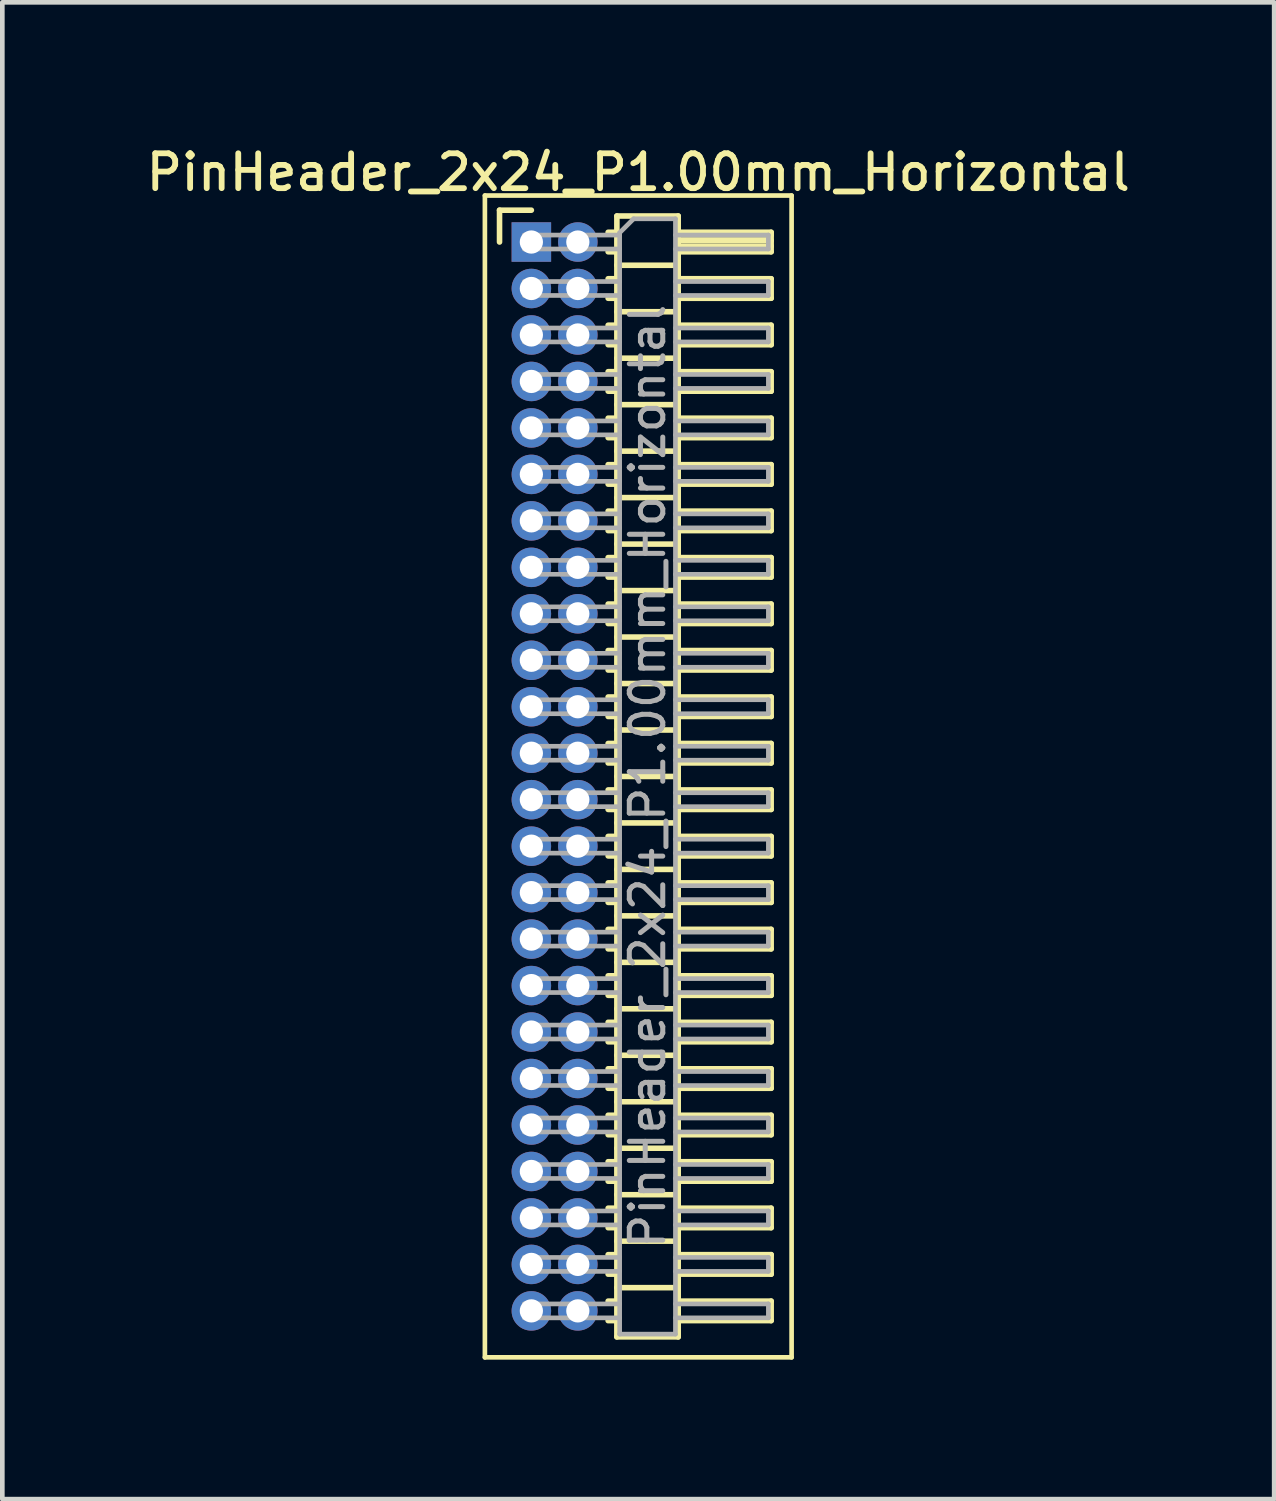
<source format=kicad_pcb>
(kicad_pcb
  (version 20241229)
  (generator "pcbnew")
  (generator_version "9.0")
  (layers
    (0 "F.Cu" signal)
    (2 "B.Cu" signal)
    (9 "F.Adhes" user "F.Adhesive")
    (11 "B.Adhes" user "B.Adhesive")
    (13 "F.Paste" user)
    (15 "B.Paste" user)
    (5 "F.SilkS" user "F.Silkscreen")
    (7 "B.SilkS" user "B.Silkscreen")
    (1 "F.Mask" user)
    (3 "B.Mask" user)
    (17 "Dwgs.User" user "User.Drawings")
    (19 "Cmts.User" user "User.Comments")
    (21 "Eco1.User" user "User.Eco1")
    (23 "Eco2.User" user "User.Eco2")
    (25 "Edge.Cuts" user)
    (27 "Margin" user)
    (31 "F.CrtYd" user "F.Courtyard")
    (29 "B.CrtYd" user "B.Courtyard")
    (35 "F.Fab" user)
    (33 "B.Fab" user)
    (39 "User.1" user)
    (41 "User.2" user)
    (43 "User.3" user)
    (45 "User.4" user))
  (footprint "PinHeader_2x24_P1.00mm_Horizontal"
    (layer "F.Cu")
    (at 8.384 2.158)
    (property "Reference" "PinHeader_2x24_P1.00mm_Horizontal" (at 2.3 -1.5 0) (layer "F.SilkS") (effects (font (size 0.75 0.75) (thickness 0.125))))
    (attr through_hole)
    (fp_line (start -1 -1) (end -1 24) (stroke (width 0.1) (type solid)) (layer "F.SilkS"))
    (fp_line (start -1 24) (end 5.6 24) (stroke (width 0.1) (type solid)) (layer "F.SilkS"))
    (fp_line (start -0.685 -0.685) (end 0 -0.685) (stroke (width 0.12) (type solid)) (layer "F.SilkS"))
    (fp_line (start -0.685 0) (end -0.685 -0.685) (stroke (width 0.12) (type solid)) (layer "F.SilkS"))
    (fp_line (start 1.652 -0.21) (end 1.84 -0.21) (stroke (width 0.12) (type solid)) (layer "F.SilkS"))
    (fp_line (start 1.652 0.21) (end 1.84 0.21) (stroke (width 0.12) (type solid)) (layer "F.SilkS"))
    (fp_line (start 1.652 0.79) (end 1.84 0.79) (stroke (width 0.12) (type solid)) (layer "F.SilkS"))
    (fp_line (start 1.652 1.21) (end 1.84 1.21) (stroke (width 0.12) (type solid)) (layer "F.SilkS"))
    (fp_line (start 1.652 1.79) (end 1.84 1.79) (stroke (width 0.12) (type solid)) (layer "F.SilkS"))
    (fp_line (start 1.652 2.21) (end 1.84 2.21) (stroke (width 0.12) (type solid)) (layer "F.SilkS"))
    (fp_line (start 1.652 2.79) (end 1.84 2.79) (stroke (width 0.12) (type solid)) (layer "F.SilkS"))
    (fp_line (start 1.652 3.21) (end 1.84 3.21) (stroke (width 0.12) (type solid)) (layer "F.SilkS"))
    (fp_line (start 1.652 3.79) (end 1.84 3.79) (stroke (width 0.12) (type solid)) (layer "F.SilkS"))
    (fp_line (start 1.652 4.21) (end 1.84 4.21) (stroke (width 0.12) (type solid)) (layer "F.SilkS"))
    (fp_line (start 1.652 4.79) (end 1.84 4.79) (stroke (width 0.12) (type solid)) (layer "F.SilkS"))
    (fp_line (start 1.652 5.21) (end 1.84 5.21) (stroke (width 0.12) (type solid)) (layer "F.SilkS"))
    (fp_line (start 1.652 5.79) (end 1.84 5.79) (stroke (width 0.12) (type solid)) (layer "F.SilkS"))
    (fp_line (start 1.652 6.21) (end 1.84 6.21) (stroke (width 0.12) (type solid)) (layer "F.SilkS"))
    (fp_line (start 1.652 6.79) (end 1.84 6.79) (stroke (width 0.12) (type solid)) (layer "F.SilkS"))
    (fp_line (start 1.652 7.21) (end 1.84 7.21) (stroke (width 0.12) (type solid)) (layer "F.SilkS"))
    (fp_line (start 1.652 7.79) (end 1.84 7.79) (stroke (width 0.12) (type solid)) (layer "F.SilkS"))
    (fp_line (start 1.652 8.21) (end 1.84 8.21) (stroke (width 0.12) (type solid)) (layer "F.SilkS"))
    (fp_line (start 1.652 8.79) (end 1.84 8.79) (stroke (width 0.12) (type solid)) (layer "F.SilkS"))
    (fp_line (start 1.652 9.21) (end 1.84 9.21) (stroke (width 0.12) (type solid)) (layer "F.SilkS"))
    (fp_line (start 1.652 9.79) (end 1.84 9.79) (stroke (width 0.12) (type solid)) (layer "F.SilkS"))
    (fp_line (start 1.652 10.21) (end 1.84 10.21) (stroke (width 0.12) (type solid)) (layer "F.SilkS"))
    (fp_line (start 1.652 10.79) (end 1.84 10.79) (stroke (width 0.12) (type solid)) (layer "F.SilkS"))
    (fp_line (start 1.652 11.21) (end 1.84 11.21) (stroke (width 0.12) (type solid)) (layer "F.SilkS"))
    (fp_line (start 1.652 11.79) (end 1.84 11.79) (stroke (width 0.12) (type solid)) (layer "F.SilkS"))
    (fp_line (start 1.652 12.21) (end 1.84 12.21) (stroke (width 0.12) (type solid)) (layer "F.SilkS"))
    (fp_line (start 1.652 12.79) (end 1.84 12.79) (stroke (width 0.12) (type solid)) (layer "F.SilkS"))
    (fp_line (start 1.652 13.21) (end 1.84 13.21) (stroke (width 0.12) (type solid)) (layer "F.SilkS"))
    (fp_line (start 1.652 13.79) (end 1.84 13.79) (stroke (width 0.12) (type solid)) (layer "F.SilkS"))
    (fp_line (start 1.652 14.21) (end 1.84 14.21) (stroke (width 0.12) (type solid)) (layer "F.SilkS"))
    (fp_line (start 1.652 14.79) (end 1.84 14.79) (stroke (width 0.12) (type solid)) (layer "F.SilkS"))
    (fp_line (start 1.652 15.21) (end 1.84 15.21) (stroke (width 0.12) (type solid)) (layer "F.SilkS"))
    (fp_line (start 1.652 15.79) (end 1.84 15.79) (stroke (width 0.12) (type solid)) (layer "F.SilkS"))
    (fp_line (start 1.652 16.21) (end 1.84 16.21) (stroke (width 0.12) (type solid)) (layer "F.SilkS"))
    (fp_line (start 1.652 16.79) (end 1.84 16.79) (stroke (width 0.12) (type solid)) (layer "F.SilkS"))
    (fp_line (start 1.652 17.21) (end 1.84 17.21) (stroke (width 0.12) (type solid)) (layer "F.SilkS"))
    (fp_line (start 1.652 17.79) (end 1.84 17.79) (stroke (width 0.12) (type solid)) (layer "F.SilkS"))
    (fp_line (start 1.652 18.21) (end 1.84 18.21) (stroke (width 0.12) (type solid)) (layer "F.SilkS"))
    (fp_line (start 1.652 18.79) (end 1.84 18.79) (stroke (width 0.12) (type solid)) (layer "F.SilkS"))
    (fp_line (start 1.652 19.21) (end 1.84 19.21) (stroke (width 0.12) (type solid)) (layer "F.SilkS"))
    (fp_line (start 1.652 19.79) (end 1.84 19.79) (stroke (width 0.12) (type solid)) (layer "F.SilkS"))
    (fp_line (start 1.652 20.21) (end 1.84 20.21) (stroke (width 0.12) (type solid)) (layer "F.SilkS"))
    (fp_line (start 1.652 20.79) (end 1.84 20.79) (stroke (width 0.12) (type solid)) (layer "F.SilkS"))
    (fp_line (start 1.652 21.21) (end 1.84 21.21) (stroke (width 0.12) (type solid)) (layer "F.SilkS"))
    (fp_line (start 1.652 21.79) (end 1.84 21.79) (stroke (width 0.12) (type solid)) (layer "F.SilkS"))
    (fp_line (start 1.652 22.21) (end 1.84 22.21) (stroke (width 0.12) (type solid)) (layer "F.SilkS"))
    (fp_line (start 1.652 22.79) (end 1.84 22.79) (stroke (width 0.12) (type solid)) (layer "F.SilkS"))
    (fp_line (start 1.652 23.21) (end 1.84 23.21) (stroke (width 0.12) (type solid)) (layer "F.SilkS"))
    (fp_line (start 1.84 -0.56) (end 1.84 23.56) (stroke (width 0.12) (type solid)) (layer "F.SilkS"))
    (fp_line (start 1.84 0.5) (end 3.16 0.5) (stroke (width 0.12) (type solid)) (layer "F.SilkS"))
    (fp_line (start 1.84 1.5) (end 3.16 1.5) (stroke (width 0.12) (type solid)) (layer "F.SilkS"))
    (fp_line (start 1.84 2.5) (end 3.16 2.5) (stroke (width 0.12) (type solid)) (layer "F.SilkS"))
    (fp_line (start 1.84 3.5) (end 3.16 3.5) (stroke (width 0.12) (type solid)) (layer "F.SilkS"))
    (fp_line (start 1.84 4.5) (end 3.16 4.5) (stroke (width 0.12) (type solid)) (layer "F.SilkS"))
    (fp_line (start 1.84 5.5) (end 3.16 5.5) (stroke (width 0.12) (type solid)) (layer "F.SilkS"))
    (fp_line (start 1.84 6.5) (end 3.16 6.5) (stroke (width 0.12) (type solid)) (layer "F.SilkS"))
    (fp_line (start 1.84 7.5) (end 3.16 7.5) (stroke (width 0.12) (type solid)) (layer "F.SilkS"))
    (fp_line (start 1.84 8.5) (end 3.16 8.5) (stroke (width 0.12) (type solid)) (layer "F.SilkS"))
    (fp_line (start 1.84 9.5) (end 3.16 9.5) (stroke (width 0.12) (type solid)) (layer "F.SilkS"))
    (fp_line (start 1.84 10.5) (end 3.16 10.5) (stroke (width 0.12) (type solid)) (layer "F.SilkS"))
    (fp_line (start 1.84 11.5) (end 3.16 11.5) (stroke (width 0.12) (type solid)) (layer "F.SilkS"))
    (fp_line (start 1.84 12.5) (end 3.16 12.5) (stroke (width 0.12) (type solid)) (layer "F.SilkS"))
    (fp_line (start 1.84 13.5) (end 3.16 13.5) (stroke (width 0.12) (type solid)) (layer "F.SilkS"))
    (fp_line (start 1.84 14.5) (end 3.16 14.5) (stroke (width 0.12) (type solid)) (layer "F.SilkS"))
    (fp_line (start 1.84 15.5) (end 3.16 15.5) (stroke (width 0.12) (type solid)) (layer "F.SilkS"))
    (fp_line (start 1.84 16.5) (end 3.16 16.5) (stroke (width 0.12) (type solid)) (layer "F.SilkS"))
    (fp_line (start 1.84 17.5) (end 3.16 17.5) (stroke (width 0.12) (type solid)) (layer "F.SilkS"))
    (fp_line (start 1.84 18.5) (end 3.16 18.5) (stroke (width 0.12) (type solid)) (layer "F.SilkS"))
    (fp_line (start 1.84 19.5) (end 3.16 19.5) (stroke (width 0.12) (type solid)) (layer "F.SilkS"))
    (fp_line (start 1.84 20.5) (end 3.16 20.5) (stroke (width 0.12) (type solid)) (layer "F.SilkS"))
    (fp_line (start 1.84 21.5) (end 3.16 21.5) (stroke (width 0.12) (type solid)) (layer "F.SilkS"))
    (fp_line (start 1.84 22.5) (end 3.16 22.5) (stroke (width 0.12) (type solid)) (layer "F.SilkS"))
    (fp_line (start 1.84 23.56) (end 3.16 23.56) (stroke (width 0.12) (type solid)) (layer "F.SilkS"))
    (fp_line (start 3.16 -0.56) (end 1.84 -0.56) (stroke (width 0.12) (type solid)) (layer "F.SilkS"))
    (fp_line (start 3.16 -0.21) (end 5.16 -0.21) (stroke (width 0.12) (type solid)) (layer "F.SilkS"))
    (fp_line (start 3.16 -0.15) (end 5.16 -0.15) (stroke (width 0.12) (type solid)) (layer "F.SilkS"))
    (fp_line (start 3.16 -0.03) (end 5.16 -0.03) (stroke (width 0.12) (type solid)) (layer "F.SilkS"))
    (fp_line (start 3.16 0.09) (end 5.16 0.09) (stroke (width 0.12) (type solid)) (layer "F.SilkS"))
    (fp_line (start 3.16 0.79) (end 5.16 0.79) (stroke (width 0.12) (type solid)) (layer "F.SilkS"))
    (fp_line (start 3.16 1.79) (end 5.16 1.79) (stroke (width 0.12) (type solid)) (layer "F.SilkS"))
    (fp_line (start 3.16 2.79) (end 5.16 2.79) (stroke (width 0.12) (type solid)) (layer "F.SilkS"))
    (fp_line (start 3.16 3.79) (end 5.16 3.79) (stroke (width 0.12) (type solid)) (layer "F.SilkS"))
    (fp_line (start 3.16 4.79) (end 5.16 4.79) (stroke (width 0.12) (type solid)) (layer "F.SilkS"))
    (fp_line (start 3.16 5.79) (end 5.16 5.79) (stroke (width 0.12) (type solid)) (layer "F.SilkS"))
    (fp_line (start 3.16 6.79) (end 5.16 6.79) (stroke (width 0.12) (type solid)) (layer "F.SilkS"))
    (fp_line (start 3.16 7.79) (end 5.16 7.79) (stroke (width 0.12) (type solid)) (layer "F.SilkS"))
    (fp_line (start 3.16 8.79) (end 5.16 8.79) (stroke (width 0.12) (type solid)) (layer "F.SilkS"))
    (fp_line (start 3.16 9.79) (end 5.16 9.79) (stroke (width 0.12) (type solid)) (layer "F.SilkS"))
    (fp_line (start 3.16 10.79) (end 5.16 10.79) (stroke (width 0.12) (type solid)) (layer "F.SilkS"))
    (fp_line (start 3.16 11.79) (end 5.16 11.79) (stroke (width 0.12) (type solid)) (layer "F.SilkS"))
    (fp_line (start 3.16 12.79) (end 5.16 12.79) (stroke (width 0.12) (type solid)) (layer "F.SilkS"))
    (fp_line (start 3.16 13.79) (end 5.16 13.79) (stroke (width 0.12) (type solid)) (layer "F.SilkS"))
    (fp_line (start 3.16 14.79) (end 5.16 14.79) (stroke (width 0.12) (type solid)) (layer "F.SilkS"))
    (fp_line (start 3.16 15.79) (end 5.16 15.79) (stroke (width 0.12) (type solid)) (layer "F.SilkS"))
    (fp_line (start 3.16 16.79) (end 5.16 16.79) (stroke (width 0.12) (type solid)) (layer "F.SilkS"))
    (fp_line (start 3.16 17.79) (end 5.16 17.79) (stroke (width 0.12) (type solid)) (layer "F.SilkS"))
    (fp_line (start 3.16 18.79) (end 5.16 18.79) (stroke (width 0.12) (type solid)) (layer "F.SilkS"))
    (fp_line (start 3.16 19.79) (end 5.16 19.79) (stroke (width 0.12) (type solid)) (layer "F.SilkS"))
    (fp_line (start 3.16 20.79) (end 5.16 20.79) (stroke (width 0.12) (type solid)) (layer "F.SilkS"))
    (fp_line (start 3.16 21.79) (end 5.16 21.79) (stroke (width 0.12) (type solid)) (layer "F.SilkS"))
    (fp_line (start 3.16 22.79) (end 5.16 22.79) (stroke (width 0.12) (type solid)) (layer "F.SilkS"))
    (fp_line (start 3.16 23.56) (end 3.16 -0.56) (stroke (width 0.12) (type solid)) (layer "F.SilkS"))
    (fp_line (start 5.16 -0.21) (end 5.16 0.21) (stroke (width 0.12) (type solid)) (layer "F.SilkS"))
    (fp_line (start 5.16 0.21) (end 3.16 0.21) (stroke (width 0.12) (type solid)) (layer "F.SilkS"))
    (fp_line (start 5.16 0.79) (end 5.16 1.21) (stroke (width 0.12) (type solid)) (layer "F.SilkS"))
    (fp_line (start 5.16 1.21) (end 3.16 1.21) (stroke (width 0.12) (type solid)) (layer "F.SilkS"))
    (fp_line (start 5.16 1.79) (end 5.16 2.21) (stroke (width 0.12) (type solid)) (layer "F.SilkS"))
    (fp_line (start 5.16 2.21) (end 3.16 2.21) (stroke (width 0.12) (type solid)) (layer "F.SilkS"))
    (fp_line (start 5.16 2.79) (end 5.16 3.21) (stroke (width 0.12) (type solid)) (layer "F.SilkS"))
    (fp_line (start 5.16 3.21) (end 3.16 3.21) (stroke (width 0.12) (type solid)) (layer "F.SilkS"))
    (fp_line (start 5.16 3.79) (end 5.16 4.21) (stroke (width 0.12) (type solid)) (layer "F.SilkS"))
    (fp_line (start 5.16 4.21) (end 3.16 4.21) (stroke (width 0.12) (type solid)) (layer "F.SilkS"))
    (fp_line (start 5.16 4.79) (end 5.16 5.21) (stroke (width 0.12) (type solid)) (layer "F.SilkS"))
    (fp_line (start 5.16 5.21) (end 3.16 5.21) (stroke (width 0.12) (type solid)) (layer "F.SilkS"))
    (fp_line (start 5.16 5.79) (end 5.16 6.21) (stroke (width 0.12) (type solid)) (layer "F.SilkS"))
    (fp_line (start 5.16 6.21) (end 3.16 6.21) (stroke (width 0.12) (type solid)) (layer "F.SilkS"))
    (fp_line (start 5.16 6.79) (end 5.16 7.21) (stroke (width 0.12) (type solid)) (layer "F.SilkS"))
    (fp_line (start 5.16 7.21) (end 3.16 7.21) (stroke (width 0.12) (type solid)) (layer "F.SilkS"))
    (fp_line (start 5.16 7.79) (end 5.16 8.21) (stroke (width 0.12) (type solid)) (layer "F.SilkS"))
    (fp_line (start 5.16 8.21) (end 3.16 8.21) (stroke (width 0.12) (type solid)) (layer "F.SilkS"))
    (fp_line (start 5.16 8.79) (end 5.16 9.21) (stroke (width 0.12) (type solid)) (layer "F.SilkS"))
    (fp_line (start 5.16 9.21) (end 3.16 9.21) (stroke (width 0.12) (type solid)) (layer "F.SilkS"))
    (fp_line (start 5.16 9.79) (end 5.16 10.21) (stroke (width 0.12) (type solid)) (layer "F.SilkS"))
    (fp_line (start 5.16 10.21) (end 3.16 10.21) (stroke (width 0.12) (type solid)) (layer "F.SilkS"))
    (fp_line (start 5.16 10.79) (end 5.16 11.21) (stroke (width 0.12) (type solid)) (layer "F.SilkS"))
    (fp_line (start 5.16 11.21) (end 3.16 11.21) (stroke (width 0.12) (type solid)) (layer "F.SilkS"))
    (fp_line (start 5.16 11.79) (end 5.16 12.21) (stroke (width 0.12) (type solid)) (layer "F.SilkS"))
    (fp_line (start 5.16 12.21) (end 3.16 12.21) (stroke (width 0.12) (type solid)) (layer "F.SilkS"))
    (fp_line (start 5.16 12.79) (end 5.16 13.21) (stroke (width 0.12) (type solid)) (layer "F.SilkS"))
    (fp_line (start 5.16 13.21) (end 3.16 13.21) (stroke (width 0.12) (type solid)) (layer "F.SilkS"))
    (fp_line (start 5.16 13.79) (end 5.16 14.21) (stroke (width 0.12) (type solid)) (layer "F.SilkS"))
    (fp_line (start 5.16 14.21) (end 3.16 14.21) (stroke (width 0.12) (type solid)) (layer "F.SilkS"))
    (fp_line (start 5.16 14.79) (end 5.16 15.21) (stroke (width 0.12) (type solid)) (layer "F.SilkS"))
    (fp_line (start 5.16 15.21) (end 3.16 15.21) (stroke (width 0.12) (type solid)) (layer "F.SilkS"))
    (fp_line (start 5.16 15.79) (end 5.16 16.21) (stroke (width 0.12) (type solid)) (layer "F.SilkS"))
    (fp_line (start 5.16 16.21) (end 3.16 16.21) (stroke (width 0.12) (type solid)) (layer "F.SilkS"))
    (fp_line (start 5.16 16.79) (end 5.16 17.21) (stroke (width 0.12) (type solid)) (layer "F.SilkS"))
    (fp_line (start 5.16 17.21) (end 3.16 17.21) (stroke (width 0.12) (type solid)) (layer "F.SilkS"))
    (fp_line (start 5.16 17.79) (end 5.16 18.21) (stroke (width 0.12) (type solid)) (layer "F.SilkS"))
    (fp_line (start 5.16 18.21) (end 3.16 18.21) (stroke (width 0.12) (type solid)) (layer "F.SilkS"))
    (fp_line (start 5.16 18.79) (end 5.16 19.21) (stroke (width 0.12) (type solid)) (layer "F.SilkS"))
    (fp_line (start 5.16 19.21) (end 3.16 19.21) (stroke (width 0.12) (type solid)) (layer "F.SilkS"))
    (fp_line (start 5.16 19.79) (end 5.16 20.21) (stroke (width 0.12) (type solid)) (layer "F.SilkS"))
    (fp_line (start 5.16 20.21) (end 3.16 20.21) (stroke (width 0.12) (type solid)) (layer "F.SilkS"))
    (fp_line (start 5.16 20.79) (end 5.16 21.21) (stroke (width 0.12) (type solid)) (layer "F.SilkS"))
    (fp_line (start 5.16 21.21) (end 3.16 21.21) (stroke (width 0.12) (type solid)) (layer "F.SilkS"))
    (fp_line (start 5.16 21.79) (end 5.16 22.21) (stroke (width 0.12) (type solid)) (layer "F.SilkS"))
    (fp_line (start 5.16 22.21) (end 3.16 22.21) (stroke (width 0.12) (type solid)) (layer "F.SilkS"))
    (fp_line (start 5.16 22.79) (end 5.16 23.21) (stroke (width 0.12) (type solid)) (layer "F.SilkS"))
    (fp_line (start 5.16 23.21) (end 3.16 23.21) (stroke (width 0.12) (type solid)) (layer "F.SilkS"))
    (fp_line (start 5.6 -1) (end -1 -1) (stroke (width 0.1) (type solid)) (layer "F.SilkS"))
    (fp_line (start 5.6 24) (end 5.6 -1) (stroke (width 0.1) (type solid)) (layer "F.SilkS"))
    (fp_line (start -0.15 -0.15) (end -0.15 0.15) (stroke (width 0.1) (type solid)) (layer "F.Fab"))
    (fp_line (start -0.15 -0.15) (end 1.9 -0.15) (stroke (width 0.1) (type solid)) (layer "F.Fab"))
    (fp_line (start -0.15 0.15) (end 1.9 0.15) (stroke (width 0.1) (type solid)) (layer "F.Fab"))
    (fp_line (start -0.15 0.85) (end -0.15 1.15) (stroke (width 0.1) (type solid)) (layer "F.Fab"))
    (fp_line (start -0.15 0.85) (end 1.9 0.85) (stroke (width 0.1) (type solid)) (layer "F.Fab"))
    (fp_line (start -0.15 1.15) (end 1.9 1.15) (stroke (width 0.1) (type solid)) (layer "F.Fab"))
    (fp_line (start -0.15 1.85) (end -0.15 2.15) (stroke (width 0.1) (type solid)) (layer "F.Fab"))
    (fp_line (start -0.15 1.85) (end 1.9 1.85) (stroke (width 0.1) (type solid)) (layer "F.Fab"))
    (fp_line (start -0.15 2.15) (end 1.9 2.15) (stroke (width 0.1) (type solid)) (layer "F.Fab"))
    (fp_line (start -0.15 2.85) (end -0.15 3.15) (stroke (width 0.1) (type solid)) (layer "F.Fab"))
    (fp_line (start -0.15 2.85) (end 1.9 2.85) (stroke (width 0.1) (type solid)) (layer "F.Fab"))
    (fp_line (start -0.15 3.15) (end 1.9 3.15) (stroke (width 0.1) (type solid)) (layer "F.Fab"))
    (fp_line (start -0.15 3.85) (end -0.15 4.15) (stroke (width 0.1) (type solid)) (layer "F.Fab"))
    (fp_line (start -0.15 3.85) (end 1.9 3.85) (stroke (width 0.1) (type solid)) (layer "F.Fab"))
    (fp_line (start -0.15 4.15) (end 1.9 4.15) (stroke (width 0.1) (type solid)) (layer "F.Fab"))
    (fp_line (start -0.15 4.85) (end -0.15 5.15) (stroke (width 0.1) (type solid)) (layer "F.Fab"))
    (fp_line (start -0.15 4.85) (end 1.9 4.85) (stroke (width 0.1) (type solid)) (layer "F.Fab"))
    (fp_line (start -0.15 5.15) (end 1.9 5.15) (stroke (width 0.1) (type solid)) (layer "F.Fab"))
    (fp_line (start -0.15 5.85) (end -0.15 6.15) (stroke (width 0.1) (type solid)) (layer "F.Fab"))
    (fp_line (start -0.15 5.85) (end 1.9 5.85) (stroke (width 0.1) (type solid)) (layer "F.Fab"))
    (fp_line (start -0.15 6.15) (end 1.9 6.15) (stroke (width 0.1) (type solid)) (layer "F.Fab"))
    (fp_line (start -0.15 6.85) (end -0.15 7.15) (stroke (width 0.1) (type solid)) (layer "F.Fab"))
    (fp_line (start -0.15 6.85) (end 1.9 6.85) (stroke (width 0.1) (type solid)) (layer "F.Fab"))
    (fp_line (start -0.15 7.15) (end 1.9 7.15) (stroke (width 0.1) (type solid)) (layer "F.Fab"))
    (fp_line (start -0.15 7.85) (end -0.15 8.15) (stroke (width 0.1) (type solid)) (layer "F.Fab"))
    (fp_line (start -0.15 7.85) (end 1.9 7.85) (stroke (width 0.1) (type solid)) (layer "F.Fab"))
    (fp_line (start -0.15 8.15) (end 1.9 8.15) (stroke (width 0.1) (type solid)) (layer "F.Fab"))
    (fp_line (start -0.15 8.85) (end -0.15 9.15) (stroke (width 0.1) (type solid)) (layer "F.Fab"))
    (fp_line (start -0.15 8.85) (end 1.9 8.85) (stroke (width 0.1) (type solid)) (layer "F.Fab"))
    (fp_line (start -0.15 9.15) (end 1.9 9.15) (stroke (width 0.1) (type solid)) (layer "F.Fab"))
    (fp_line (start -0.15 9.85) (end -0.15 10.15) (stroke (width 0.1) (type solid)) (layer "F.Fab"))
    (fp_line (start -0.15 9.85) (end 1.9 9.85) (stroke (width 0.1) (type solid)) (layer "F.Fab"))
    (fp_line (start -0.15 10.15) (end 1.9 10.15) (stroke (width 0.1) (type solid)) (layer "F.Fab"))
    (fp_line (start -0.15 10.85) (end -0.15 11.15) (stroke (width 0.1) (type solid)) (layer "F.Fab"))
    (fp_line (start -0.15 10.85) (end 1.9 10.85) (stroke (width 0.1) (type solid)) (layer "F.Fab"))
    (fp_line (start -0.15 11.15) (end 1.9 11.15) (stroke (width 0.1) (type solid)) (layer "F.Fab"))
    (fp_line (start -0.15 11.85) (end -0.15 12.15) (stroke (width 0.1) (type solid)) (layer "F.Fab"))
    (fp_line (start -0.15 11.85) (end 1.9 11.85) (stroke (width 0.1) (type solid)) (layer "F.Fab"))
    (fp_line (start -0.15 12.15) (end 1.9 12.15) (stroke (width 0.1) (type solid)) (layer "F.Fab"))
    (fp_line (start -0.15 12.85) (end -0.15 13.15) (stroke (width 0.1) (type solid)) (layer "F.Fab"))
    (fp_line (start -0.15 12.85) (end 1.9 12.85) (stroke (width 0.1) (type solid)) (layer "F.Fab"))
    (fp_line (start -0.15 13.15) (end 1.9 13.15) (stroke (width 0.1) (type solid)) (layer "F.Fab"))
    (fp_line (start -0.15 13.85) (end -0.15 14.15) (stroke (width 0.1) (type solid)) (layer "F.Fab"))
    (fp_line (start -0.15 13.85) (end 1.9 13.85) (stroke (width 0.1) (type solid)) (layer "F.Fab"))
    (fp_line (start -0.15 14.15) (end 1.9 14.15) (stroke (width 0.1) (type solid)) (layer "F.Fab"))
    (fp_line (start -0.15 14.85) (end -0.15 15.15) (stroke (width 0.1) (type solid)) (layer "F.Fab"))
    (fp_line (start -0.15 14.85) (end 1.9 14.85) (stroke (width 0.1) (type solid)) (layer "F.Fab"))
    (fp_line (start -0.15 15.15) (end 1.9 15.15) (stroke (width 0.1) (type solid)) (layer "F.Fab"))
    (fp_line (start -0.15 15.85) (end -0.15 16.15) (stroke (width 0.1) (type solid)) (layer "F.Fab"))
    (fp_line (start -0.15 15.85) (end 1.9 15.85) (stroke (width 0.1) (type solid)) (layer "F.Fab"))
    (fp_line (start -0.15 16.15) (end 1.9 16.15) (stroke (width 0.1) (type solid)) (layer "F.Fab"))
    (fp_line (start -0.15 16.85) (end -0.15 17.15) (stroke (width 0.1) (type solid)) (layer "F.Fab"))
    (fp_line (start -0.15 16.85) (end 1.9 16.85) (stroke (width 0.1) (type solid)) (layer "F.Fab"))
    (fp_line (start -0.15 17.15) (end 1.9 17.15) (stroke (width 0.1) (type solid)) (layer "F.Fab"))
    (fp_line (start -0.15 17.85) (end -0.15 18.15) (stroke (width 0.1) (type solid)) (layer "F.Fab"))
    (fp_line (start -0.15 17.85) (end 1.9 17.85) (stroke (width 0.1) (type solid)) (layer "F.Fab"))
    (fp_line (start -0.15 18.15) (end 1.9 18.15) (stroke (width 0.1) (type solid)) (layer "F.Fab"))
    (fp_line (start -0.15 18.85) (end -0.15 19.15) (stroke (width 0.1) (type solid)) (layer "F.Fab"))
    (fp_line (start -0.15 18.85) (end 1.9 18.85) (stroke (width 0.1) (type solid)) (layer "F.Fab"))
    (fp_line (start -0.15 19.15) (end 1.9 19.15) (stroke (width 0.1) (type solid)) (layer "F.Fab"))
    (fp_line (start -0.15 19.85) (end -0.15 20.15) (stroke (width 0.1) (type solid)) (layer "F.Fab"))
    (fp_line (start -0.15 19.85) (end 1.9 19.85) (stroke (width 0.1) (type solid)) (layer "F.Fab"))
    (fp_line (start -0.15 20.15) (end 1.9 20.15) (stroke (width 0.1) (type solid)) (layer "F.Fab"))
    (fp_line (start -0.15 20.85) (end -0.15 21.15) (stroke (width 0.1) (type solid)) (layer "F.Fab"))
    (fp_line (start -0.15 20.85) (end 1.9 20.85) (stroke (width 0.1) (type solid)) (layer "F.Fab"))
    (fp_line (start -0.15 21.15) (end 1.9 21.15) (stroke (width 0.1) (type solid)) (layer "F.Fab"))
    (fp_line (start -0.15 21.85) (end -0.15 22.15) (stroke (width 0.1) (type solid)) (layer "F.Fab"))
    (fp_line (start -0.15 21.85) (end 1.9 21.85) (stroke (width 0.1) (type solid)) (layer "F.Fab"))
    (fp_line (start -0.15 22.15) (end 1.9 22.15) (stroke (width 0.1) (type solid)) (layer "F.Fab"))
    (fp_line (start -0.15 22.85) (end -0.15 23.15) (stroke (width 0.1) (type solid)) (layer "F.Fab"))
    (fp_line (start -0.15 22.85) (end 1.9 22.85) (stroke (width 0.1) (type solid)) (layer "F.Fab"))
    (fp_line (start -0.15 23.15) (end 1.9 23.15) (stroke (width 0.1) (type solid)) (layer "F.Fab"))
    (fp_line (start 1.9 -0.2) (end 2.2 -0.5) (stroke (width 0.1) (type solid)) (layer "F.Fab"))
    (fp_line (start 1.9 23.5) (end 1.9 -0.2) (stroke (width 0.1) (type solid)) (layer "F.Fab"))
    (fp_line (start 2.2 -0.5) (end 3.1 -0.5) (stroke (width 0.1) (type solid)) (layer "F.Fab"))
    (fp_line (start 3.1 -0.5) (end 3.1 23.5) (stroke (width 0.1) (type solid)) (layer "F.Fab"))
    (fp_line (start 3.1 -0.15) (end 5.1 -0.15) (stroke (width 0.1) (type solid)) (layer "F.Fab"))
    (fp_line (start 3.1 0.15) (end 5.1 0.15) (stroke (width 0.1) (type solid)) (layer "F.Fab"))
    (fp_line (start 3.1 0.85) (end 5.1 0.85) (stroke (width 0.1) (type solid)) (layer "F.Fab"))
    (fp_line (start 3.1 1.15) (end 5.1 1.15) (stroke (width 0.1) (type solid)) (layer "F.Fab"))
    (fp_line (start 3.1 1.85) (end 5.1 1.85) (stroke (width 0.1) (type solid)) (layer "F.Fab"))
    (fp_line (start 3.1 2.15) (end 5.1 2.15) (stroke (width 0.1) (type solid)) (layer "F.Fab"))
    (fp_line (start 3.1 2.85) (end 5.1 2.85) (stroke (width 0.1) (type solid)) (layer "F.Fab"))
    (fp_line (start 3.1 3.15) (end 5.1 3.15) (stroke (width 0.1) (type solid)) (layer "F.Fab"))
    (fp_line (start 3.1 3.85) (end 5.1 3.85) (stroke (width 0.1) (type solid)) (layer "F.Fab"))
    (fp_line (start 3.1 4.15) (end 5.1 4.15) (stroke (width 0.1) (type solid)) (layer "F.Fab"))
    (fp_line (start 3.1 4.85) (end 5.1 4.85) (stroke (width 0.1) (type solid)) (layer "F.Fab"))
    (fp_line (start 3.1 5.15) (end 5.1 5.15) (stroke (width 0.1) (type solid)) (layer "F.Fab"))
    (fp_line (start 3.1 5.85) (end 5.1 5.85) (stroke (width 0.1) (type solid)) (layer "F.Fab"))
    (fp_line (start 3.1 6.15) (end 5.1 6.15) (stroke (width 0.1) (type solid)) (layer "F.Fab"))
    (fp_line (start 3.1 6.85) (end 5.1 6.85) (stroke (width 0.1) (type solid)) (layer "F.Fab"))
    (fp_line (start 3.1 7.15) (end 5.1 7.15) (stroke (width 0.1) (type solid)) (layer "F.Fab"))
    (fp_line (start 3.1 7.85) (end 5.1 7.85) (stroke (width 0.1) (type solid)) (layer "F.Fab"))
    (fp_line (start 3.1 8.15) (end 5.1 8.15) (stroke (width 0.1) (type solid)) (layer "F.Fab"))
    (fp_line (start 3.1 8.85) (end 5.1 8.85) (stroke (width 0.1) (type solid)) (layer "F.Fab"))
    (fp_line (start 3.1 9.15) (end 5.1 9.15) (stroke (width 0.1) (type solid)) (layer "F.Fab"))
    (fp_line (start 3.1 9.85) (end 5.1 9.85) (stroke (width 0.1) (type solid)) (layer "F.Fab"))
    (fp_line (start 3.1 10.15) (end 5.1 10.15) (stroke (width 0.1) (type solid)) (layer "F.Fab"))
    (fp_line (start 3.1 10.85) (end 5.1 10.85) (stroke (width 0.1) (type solid)) (layer "F.Fab"))
    (fp_line (start 3.1 11.15) (end 5.1 11.15) (stroke (width 0.1) (type solid)) (layer "F.Fab"))
    (fp_line (start 3.1 11.85) (end 5.1 11.85) (stroke (width 0.1) (type solid)) (layer "F.Fab"))
    (fp_line (start 3.1 12.15) (end 5.1 12.15) (stroke (width 0.1) (type solid)) (layer "F.Fab"))
    (fp_line (start 3.1 12.85) (end 5.1 12.85) (stroke (width 0.1) (type solid)) (layer "F.Fab"))
    (fp_line (start 3.1 13.15) (end 5.1 13.15) (stroke (width 0.1) (type solid)) (layer "F.Fab"))
    (fp_line (start 3.1 13.85) (end 5.1 13.85) (stroke (width 0.1) (type solid)) (layer "F.Fab"))
    (fp_line (start 3.1 14.15) (end 5.1 14.15) (stroke (width 0.1) (type solid)) (layer "F.Fab"))
    (fp_line (start 3.1 14.85) (end 5.1 14.85) (stroke (width 0.1) (type solid)) (layer "F.Fab"))
    (fp_line (start 3.1 15.15) (end 5.1 15.15) (stroke (width 0.1) (type solid)) (layer "F.Fab"))
    (fp_line (start 3.1 15.85) (end 5.1 15.85) (stroke (width 0.1) (type solid)) (layer "F.Fab"))
    (fp_line (start 3.1 16.15) (end 5.1 16.15) (stroke (width 0.1) (type solid)) (layer "F.Fab"))
    (fp_line (start 3.1 16.85) (end 5.1 16.85) (stroke (width 0.1) (type solid)) (layer "F.Fab"))
    (fp_line (start 3.1 17.15) (end 5.1 17.15) (stroke (width 0.1) (type solid)) (layer "F.Fab"))
    (fp_line (start 3.1 17.85) (end 5.1 17.85) (stroke (width 0.1) (type solid)) (layer "F.Fab"))
    (fp_line (start 3.1 18.15) (end 5.1 18.15) (stroke (width 0.1) (type solid)) (layer "F.Fab"))
    (fp_line (start 3.1 18.85) (end 5.1 18.85) (stroke (width 0.1) (type solid)) (layer "F.Fab"))
    (fp_line (start 3.1 19.15) (end 5.1 19.15) (stroke (width 0.1) (type solid)) (layer "F.Fab"))
    (fp_line (start 3.1 19.85) (end 5.1 19.85) (stroke (width 0.1) (type solid)) (layer "F.Fab"))
    (fp_line (start 3.1 20.15) (end 5.1 20.15) (stroke (width 0.1) (type solid)) (layer "F.Fab"))
    (fp_line (start 3.1 20.85) (end 5.1 20.85) (stroke (width 0.1) (type solid)) (layer "F.Fab"))
    (fp_line (start 3.1 21.15) (end 5.1 21.15) (stroke (width 0.1) (type solid)) (layer "F.Fab"))
    (fp_line (start 3.1 21.85) (end 5.1 21.85) (stroke (width 0.1) (type solid)) (layer "F.Fab"))
    (fp_line (start 3.1 22.15) (end 5.1 22.15) (stroke (width 0.1) (type solid)) (layer "F.Fab"))
    (fp_line (start 3.1 22.85) (end 5.1 22.85) (stroke (width 0.1) (type solid)) (layer "F.Fab"))
    (fp_line (start 3.1 23.15) (end 5.1 23.15) (stroke (width 0.1) (type solid)) (layer "F.Fab"))
    (fp_line (start 3.1 23.5) (end 1.9 23.5) (stroke (width 0.1) (type solid)) (layer "F.Fab"))
    (fp_line (start 5.1 -0.15) (end 5.1 0.15) (stroke (width 0.1) (type solid)) (layer "F.Fab"))
    (fp_line (start 5.1 0.85) (end 5.1 1.15) (stroke (width 0.1) (type solid)) (layer "F.Fab"))
    (fp_line (start 5.1 1.85) (end 5.1 2.15) (stroke (width 0.1) (type solid)) (layer "F.Fab"))
    (fp_line (start 5.1 2.85) (end 5.1 3.15) (stroke (width 0.1) (type solid)) (layer "F.Fab"))
    (fp_line (start 5.1 3.85) (end 5.1 4.15) (stroke (width 0.1) (type solid)) (layer "F.Fab"))
    (fp_line (start 5.1 4.85) (end 5.1 5.15) (stroke (width 0.1) (type solid)) (layer "F.Fab"))
    (fp_line (start 5.1 5.85) (end 5.1 6.15) (stroke (width 0.1) (type solid)) (layer "F.Fab"))
    (fp_line (start 5.1 6.85) (end 5.1 7.15) (stroke (width 0.1) (type solid)) (layer "F.Fab"))
    (fp_line (start 5.1 7.85) (end 5.1 8.15) (stroke (width 0.1) (type solid)) (layer "F.Fab"))
    (fp_line (start 5.1 8.85) (end 5.1 9.15) (stroke (width 0.1) (type solid)) (layer "F.Fab"))
    (fp_line (start 5.1 9.85) (end 5.1 10.15) (stroke (width 0.1) (type solid)) (layer "F.Fab"))
    (fp_line (start 5.1 10.85) (end 5.1 11.15) (stroke (width 0.1) (type solid)) (layer "F.Fab"))
    (fp_line (start 5.1 11.85) (end 5.1 12.15) (stroke (width 0.1) (type solid)) (layer "F.Fab"))
    (fp_line (start 5.1 12.85) (end 5.1 13.15) (stroke (width 0.1) (type solid)) (layer "F.Fab"))
    (fp_line (start 5.1 13.85) (end 5.1 14.15) (stroke (width 0.1) (type solid)) (layer "F.Fab"))
    (fp_line (start 5.1 14.85) (end 5.1 15.15) (stroke (width 0.1) (type solid)) (layer "F.Fab"))
    (fp_line (start 5.1 15.85) (end 5.1 16.15) (stroke (width 0.1) (type solid)) (layer "F.Fab"))
    (fp_line (start 5.1 16.85) (end 5.1 17.15) (stroke (width 0.1) (type solid)) (layer "F.Fab"))
    (fp_line (start 5.1 17.85) (end 5.1 18.15) (stroke (width 0.1) (type solid)) (layer "F.Fab"))
    (fp_line (start 5.1 18.85) (end 5.1 19.15) (stroke (width 0.1) (type solid)) (layer "F.Fab"))
    (fp_line (start 5.1 19.85) (end 5.1 20.15) (stroke (width 0.1) (type solid)) (layer "F.Fab"))
    (fp_line (start 5.1 20.85) (end 5.1 21.15) (stroke (width 0.1) (type solid)) (layer "F.Fab"))
    (fp_line (start 5.1 21.85) (end 5.1 22.15) (stroke (width 0.1) (type solid)) (layer "F.Fab"))
    (fp_line (start 5.1 22.85) (end 5.1 23.15) (stroke (width 0.1) (type solid)) (layer "F.Fab"))
    (fp_text user "${REFERENCE}" (at 2.5 11.5 90) (layer "F.Fab") (effects (font (size 0.72 0.72) (thickness 0.108))))
    (pad "1" thru_hole rect (at 0 0) (size 0.85 0.85) (drill 0.5) (layers "*.Cu" "*.Mask"))
    (pad "2" thru_hole oval (at 1 0) (size 0.85 0.85) (drill 0.5) (layers "*.Cu" "*.Mask"))
    (pad "3" thru_hole oval (at 0 1) (size 0.85 0.85) (drill 0.5) (layers "*.Cu" "*.Mask"))
    (pad "4" thru_hole oval (at 1 1) (size 0.85 0.85) (drill 0.5) (layers "*.Cu" "*.Mask"))
    (pad "5" thru_hole oval (at 0 2) (size 0.85 0.85) (drill 0.5) (layers "*.Cu" "*.Mask"))
    (pad "6" thru_hole oval (at 1 2) (size 0.85 0.85) (drill 0.5) (layers "*.Cu" "*.Mask"))
    (pad "7" thru_hole oval (at 0 3) (size 0.85 0.85) (drill 0.5) (layers "*.Cu" "*.Mask"))
    (pad "8" thru_hole oval (at 1 3) (size 0.85 0.85) (drill 0.5) (layers "*.Cu" "*.Mask"))
    (pad "9" thru_hole oval (at 0 4) (size 0.85 0.85) (drill 0.5) (layers "*.Cu" "*.Mask"))
    (pad "10" thru_hole oval (at 1 4) (size 0.85 0.85) (drill 0.5) (layers "*.Cu" "*.Mask"))
    (pad "11" thru_hole oval (at 0 5) (size 0.85 0.85) (drill 0.5) (layers "*.Cu" "*.Mask"))
    (pad "12" thru_hole oval (at 1 5) (size 0.85 0.85) (drill 0.5) (layers "*.Cu" "*.Mask"))
    (pad "13" thru_hole oval (at 0 6) (size 0.85 0.85) (drill 0.5) (layers "*.Cu" "*.Mask"))
    (pad "14" thru_hole oval (at 1 6) (size 0.85 0.85) (drill 0.5) (layers "*.Cu" "*.Mask"))
    (pad "15" thru_hole oval (at 0 7) (size 0.85 0.85) (drill 0.5) (layers "*.Cu" "*.Mask"))
    (pad "16" thru_hole oval (at 1 7) (size 0.85 0.85) (drill 0.5) (layers "*.Cu" "*.Mask"))
    (pad "17" thru_hole oval (at 0 8) (size 0.85 0.85) (drill 0.5) (layers "*.Cu" "*.Mask"))
    (pad "18" thru_hole oval (at 1 8) (size 0.85 0.85) (drill 0.5) (layers "*.Cu" "*.Mask"))
    (pad "19" thru_hole oval (at 0 9) (size 0.85 0.85) (drill 0.5) (layers "*.Cu" "*.Mask"))
    (pad "20" thru_hole oval (at 1 9) (size 0.85 0.85) (drill 0.5) (layers "*.Cu" "*.Mask"))
    (pad "21" thru_hole oval (at 0 10) (size 0.85 0.85) (drill 0.5) (layers "*.Cu" "*.Mask"))
    (pad "22" thru_hole oval (at 1 10) (size 0.85 0.85) (drill 0.5) (layers "*.Cu" "*.Mask"))
    (pad "23" thru_hole oval (at 0 11) (size 0.85 0.85) (drill 0.5) (layers "*.Cu" "*.Mask"))
    (pad "24" thru_hole oval (at 1 11) (size 0.85 0.85) (drill 0.5) (layers "*.Cu" "*.Mask"))
    (pad "25" thru_hole oval (at 0 12) (size 0.85 0.85) (drill 0.5) (layers "*.Cu" "*.Mask"))
    (pad "26" thru_hole oval (at 1 12) (size 0.85 0.85) (drill 0.5) (layers "*.Cu" "*.Mask"))
    (pad "27" thru_hole oval (at 0 13) (size 0.85 0.85) (drill 0.5) (layers "*.Cu" "*.Mask"))
    (pad "28" thru_hole oval (at 1 13) (size 0.85 0.85) (drill 0.5) (layers "*.Cu" "*.Mask"))
    (pad "29" thru_hole oval (at 0 14) (size 0.85 0.85) (drill 0.5) (layers "*.Cu" "*.Mask"))
    (pad "30" thru_hole oval (at 1 14) (size 0.85 0.85) (drill 0.5) (layers "*.Cu" "*.Mask"))
    (pad "31" thru_hole oval (at 0 15) (size 0.85 0.85) (drill 0.5) (layers "*.Cu" "*.Mask"))
    (pad "32" thru_hole oval (at 1 15) (size 0.85 0.85) (drill 0.5) (layers "*.Cu" "*.Mask"))
    (pad "33" thru_hole oval (at 0 16) (size 0.85 0.85) (drill 0.5) (layers "*.Cu" "*.Mask"))
    (pad "34" thru_hole oval (at 1 16) (size 0.85 0.85) (drill 0.5) (layers "*.Cu" "*.Mask"))
    (pad "35" thru_hole oval (at 0 17) (size 0.85 0.85) (drill 0.5) (layers "*.Cu" "*.Mask"))
    (pad "36" thru_hole oval (at 1 17) (size 0.85 0.85) (drill 0.5) (layers "*.Cu" "*.Mask"))
    (pad "37" thru_hole oval (at 0 18) (size 0.85 0.85) (drill 0.5) (layers "*.Cu" "*.Mask"))
    (pad "38" thru_hole oval (at 1 18) (size 0.85 0.85) (drill 0.5) (layers "*.Cu" "*.Mask"))
    (pad "39" thru_hole oval (at 0 19) (size 0.85 0.85) (drill 0.5) (layers "*.Cu" "*.Mask"))
    (pad "40" thru_hole oval (at 1 19) (size 0.85 0.85) (drill 0.5) (layers "*.Cu" "*.Mask"))
    (pad "41" thru_hole oval (at 0 20) (size 0.85 0.85) (drill 0.5) (layers "*.Cu" "*.Mask"))
    (pad "42" thru_hole oval (at 1 20) (size 0.85 0.85) (drill 0.5) (layers "*.Cu" "*.Mask"))
    (pad "43" thru_hole oval (at 0 21) (size 0.85 0.85) (drill 0.5) (layers "*.Cu" "*.Mask"))
    (pad "44" thru_hole oval (at 1 21) (size 0.85 0.85) (drill 0.5) (layers "*.Cu" "*.Mask"))
    (pad "45" thru_hole oval (at 0 22) (size 0.85 0.85) (drill 0.5) (layers "*.Cu" "*.Mask"))
    (pad "46" thru_hole oval (at 1 22) (size 0.85 0.85) (drill 0.5) (layers "*.Cu" "*.Mask"))
    (pad "47" thru_hole oval (at 0 23) (size 0.85 0.85) (drill 0.5) (layers "*.Cu" "*.Mask"))
    (pad "48" thru_hole oval (at 1 23) (size 0.85 0.85) (drill 0.5) (layers "*.Cu" "*.Mask")))
  (gr_rect
    (start -3 -3)
    (end 24.368 29.208)
    (stroke (width 0.1) (type default))
    (fill no)
    (layer "Edge.Cuts")))
</source>
